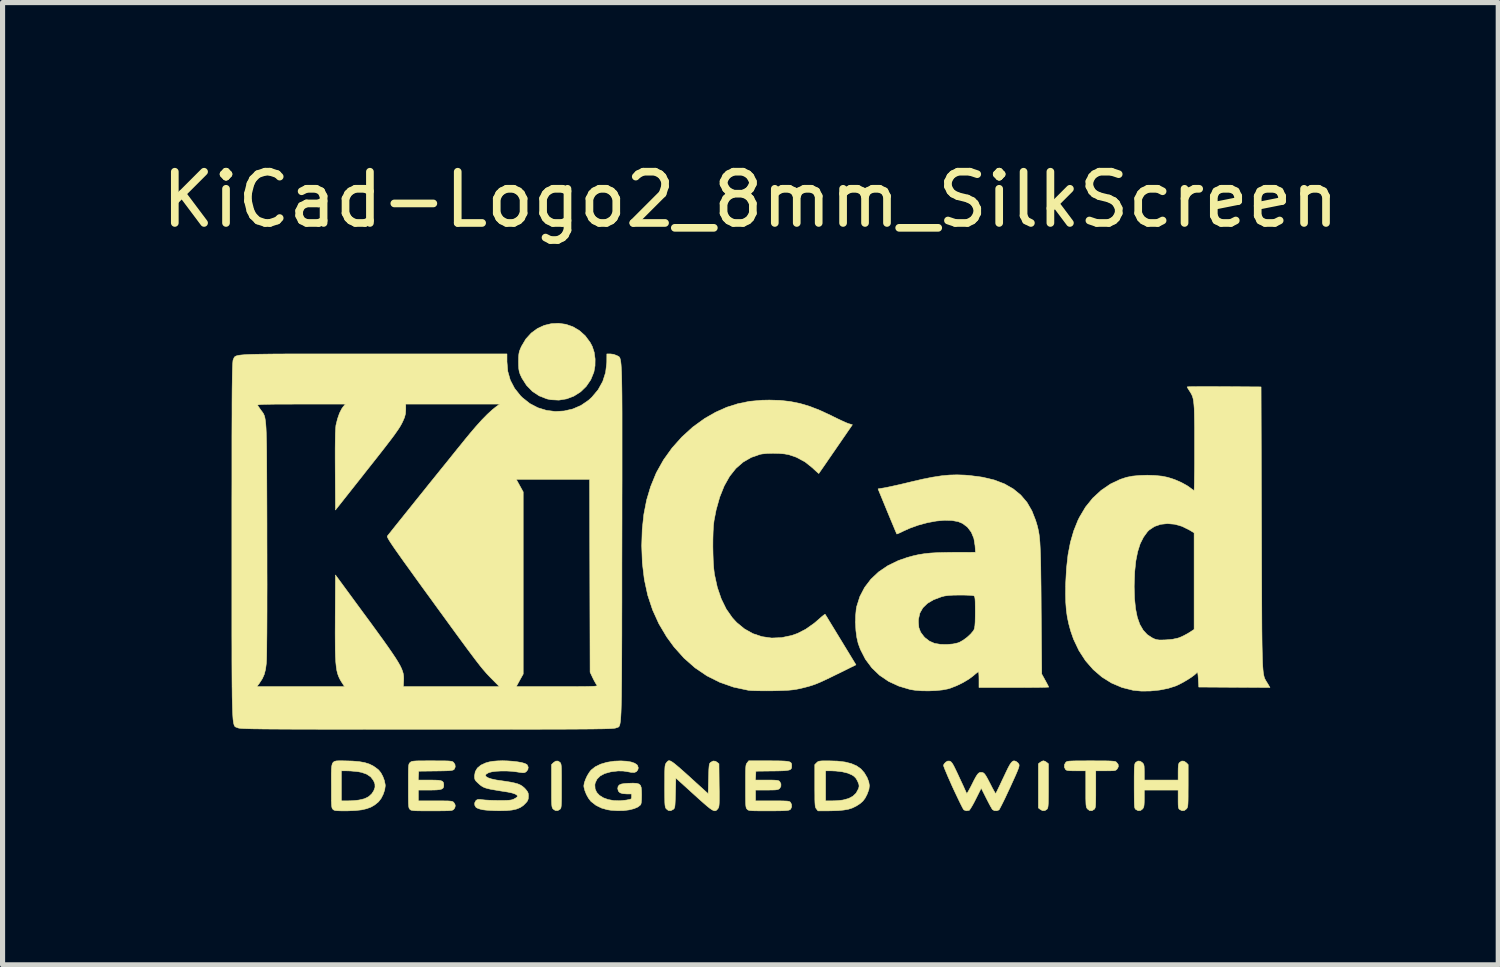
<source format=kicad_pcb>
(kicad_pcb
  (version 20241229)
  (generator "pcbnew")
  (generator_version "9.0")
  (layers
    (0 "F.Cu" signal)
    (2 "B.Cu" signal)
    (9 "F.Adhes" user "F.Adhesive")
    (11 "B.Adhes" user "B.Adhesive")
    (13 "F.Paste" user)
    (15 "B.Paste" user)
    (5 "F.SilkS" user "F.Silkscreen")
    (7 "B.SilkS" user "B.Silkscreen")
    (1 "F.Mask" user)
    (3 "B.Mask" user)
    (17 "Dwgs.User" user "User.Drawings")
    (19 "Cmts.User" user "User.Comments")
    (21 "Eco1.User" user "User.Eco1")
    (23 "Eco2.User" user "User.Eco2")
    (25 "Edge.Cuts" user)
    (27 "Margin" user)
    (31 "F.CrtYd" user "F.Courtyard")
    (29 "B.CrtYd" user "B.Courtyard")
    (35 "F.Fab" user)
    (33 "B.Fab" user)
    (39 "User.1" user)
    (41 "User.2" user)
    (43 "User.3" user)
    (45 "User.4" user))
  (footprint "KiCad-Logo2_8mm_SilkScreen"
    (layer "F.Cu")
    (at 11.601 7.198)
    (property "Reference" "KiCad-Logo2_8mm_SilkScreen" (at 0 -6.35 0) (layer "F.SilkS") (effects (font (size 1 1) (thickness 0.15))))
    (attr board_only exclude_from_pos_files exclude_from_bom allow_missing_courtyard)
    (fp_poly (pts (xy 5.752 4.615) (xy 5.783 4.635) (xy 5.819 4.664) (xy 5.819 5.092) (xy 5.819 5.217) (xy 5.818 5.316) (xy 5.817 5.391) (xy 5.815 5.447) (xy 5.812 5.487) (xy 5.808 5.515) (xy 5.802 5.533) (xy 5.795 5.545) (xy 5.79 5.552) (xy 5.748 5.579) (xy 5.701 5.578) (xy 5.659 5.555) (xy 5.623 5.526) (xy 5.623 4.664) (xy 5.659 4.635) (xy 5.693 4.614) (xy 5.721 4.606) (xy 5.752 4.615)) (stroke (width 0.01) (type solid)) (fill yes) (layer "F.SilkS"))
    (fp_poly (pts (xy -3.718 4.636) (xy -3.709 4.647) (xy -3.702 4.66) (xy -3.697 4.679) (xy -3.693 4.708) (xy -3.69 4.751) (xy -3.689 4.811) (xy -3.688 4.89) (xy -3.688 4.994) (xy -3.688 5.095) (xy -3.688 5.22) (xy -3.688 5.318) (xy -3.689 5.393) (xy -3.691 5.449) (xy -3.694 5.489) (xy -3.698 5.516) (xy -3.703 5.533) (xy -3.711 5.545) (xy -3.718 5.553) (xy -3.762 5.579) (xy -3.808 5.577) (xy -3.85 5.549) (xy -3.86 5.537) (xy -3.867 5.524) (xy -3.873 5.506) (xy -3.877 5.479) (xy -3.88 5.439) (xy -3.882 5.383) (xy -3.883 5.308) (xy -3.883 5.209) (xy -3.883 5.097) (xy -3.883 4.68) (xy -3.846 4.643) (xy -3.801 4.612) (xy -3.756 4.611) (xy -3.718 4.636)) (stroke (width 0.01) (type solid)) (fill yes) (layer "F.SilkS"))
    (fp_poly (pts (xy -3.602 -3.916) (xy -3.466 -3.869) (xy -3.339 -3.794) (xy -3.226 -3.693) (xy -3.13 -3.564) (xy -3.087 -3.483) (xy -3.05 -3.37) (xy -3.032 -3.239) (xy -3.034 -3.105) (xy -3.056 -2.983) (xy -3.117 -2.834) (xy -3.205 -2.705) (xy -3.315 -2.598) (xy -3.444 -2.516) (xy -3.587 -2.461) (xy -3.739 -2.436) (xy -3.896 -2.444) (xy -3.973 -2.46) (xy -4.124 -2.519) (xy -4.258 -2.608) (xy -4.372 -2.726) (xy -4.463 -2.869) (xy -4.47 -2.885) (xy -4.497 -2.943) (xy -4.513 -2.993) (xy -4.522 -3.045) (xy -4.526 -3.111) (xy -4.527 -3.184) (xy -4.526 -3.271) (xy -4.521 -3.334) (xy -4.511 -3.385) (xy -4.492 -3.436) (xy -4.469 -3.487) (xy -4.384 -3.63) (xy -4.279 -3.745) (xy -4.158 -3.834) (xy -4.026 -3.895) (xy -3.886 -3.929) (xy -3.744 -3.936) (xy -3.602 -3.916)) (stroke (width 0.01) (type solid)) (fill yes) (layer "F.SilkS"))
    (fp_poly (pts (xy 6.783 4.607) (xy 6.887 4.607) (xy 6.969 4.608) (xy 7.03 4.61) (xy 7.074 4.613) (xy 7.105 4.616) (xy 7.126 4.621) (xy 7.139 4.628) (xy 7.146 4.633) (xy 7.18 4.676) (xy 7.184 4.721) (xy 7.163 4.762) (xy 7.149 4.778) (xy 7.134 4.789) (xy 7.113 4.796) (xy 7.079 4.8) (xy 7.027 4.801) (xy 6.952 4.802) (xy 6.937 4.802) (xy 6.743 4.802) (xy 6.743 5.163) (xy 6.743 5.276) (xy 6.742 5.364) (xy 6.741 5.429) (xy 6.739 5.475) (xy 6.735 5.507) (xy 6.729 5.528) (xy 6.722 5.543) (xy 6.713 5.553) (xy 6.669 5.58) (xy 6.623 5.578) (xy 6.582 5.547) (xy 6.579 5.544) (xy 6.569 5.53) (xy 6.561 5.513) (xy 6.556 5.49) (xy 6.552 5.457) (xy 6.55 5.409) (xy 6.548 5.343) (xy 6.548 5.254) (xy 6.548 5.153) (xy 6.548 4.802) (xy 6.362 4.802) (xy 6.282 4.801) (xy 6.227 4.799) (xy 6.191 4.795) (xy 6.168 4.787) (xy 6.153 4.776) (xy 6.152 4.774) (xy 6.13 4.73) (xy 6.132 4.68) (xy 6.157 4.636) (xy 6.167 4.628) (xy 6.179 4.621) (xy 6.198 4.616) (xy 6.226 4.612) (xy 6.267 4.61) (xy 6.324 4.608) (xy 6.4 4.607) (xy 6.499 4.607) (xy 6.624 4.606) (xy 6.651 4.606) (xy 6.783 4.607)) (stroke (width 0.01) (type solid)) (fill yes) (layer "F.SilkS"))
    (fp_poly (pts (xy 8.468 4.614) (xy 8.51 4.643) (xy 8.547 4.68) (xy 8.547 5.092) (xy 8.546 5.214) (xy 8.546 5.31) (xy 8.545 5.384) (xy 8.543 5.438) (xy 8.54 5.476) (xy 8.536 5.503) (xy 8.529 5.521) (xy 8.522 5.535) (xy 8.515 5.544) (xy 8.474 5.576) (xy 8.427 5.58) (xy 8.385 5.56) (xy 8.37 5.548) (xy 8.361 5.532) (xy 8.355 5.507) (xy 8.352 5.466) (xy 8.351 5.405) (xy 8.351 5.357) (xy 8.351 5.178) (xy 7.69 5.178) (xy 7.69 5.341) (xy 7.689 5.416) (xy 7.686 5.467) (xy 7.681 5.501) (xy 7.671 5.526) (xy 7.659 5.544) (xy 7.618 5.576) (xy 7.571 5.58) (xy 7.526 5.557) (xy 7.514 5.545) (xy 7.506 5.529) (xy 7.5 5.504) (xy 7.497 5.465) (xy 7.495 5.406) (xy 7.494 5.324) (xy 7.494 5.305) (xy 7.493 5.15) (xy 7.493 5.023) (xy 7.493 4.919) (xy 7.494 4.838) (xy 7.495 4.775) (xy 7.497 4.728) (xy 7.501 4.695) (xy 7.505 4.671) (xy 7.51 4.656) (xy 7.517 4.645) (xy 7.525 4.636) (xy 7.567 4.61) (xy 7.611 4.614) (xy 7.653 4.643) (xy 7.67 4.662) (xy 7.681 4.684) (xy 7.687 4.714) (xy 7.689 4.76) (xy 7.69 4.828) (xy 7.69 4.982) (xy 8.351 4.982) (xy 8.351 4.824) (xy 8.352 4.752) (xy 8.355 4.703) (xy 8.36 4.671) (xy 8.37 4.649) (xy 8.381 4.636) (xy 8.424 4.61) (xy 8.468 4.614)) (stroke (width 0.01) (type solid)) (fill yes) (layer "F.SilkS"))
    (fp_poly (pts (xy 1.531 4.607) (xy 1.703 4.612) (xy 1.849 4.63) (xy 1.971 4.661) (xy 2.073 4.705) (xy 2.157 4.764) (xy 2.224 4.84) (xy 2.278 4.932) (xy 2.279 4.934) (xy 2.311 5.017) (xy 2.323 5.09) (xy 2.314 5.164) (xy 2.283 5.248) (xy 2.278 5.261) (xy 2.239 5.336) (xy 2.195 5.394) (xy 2.139 5.443) (xy 2.062 5.492) (xy 2.057 5.494) (xy 1.99 5.527) (xy 1.915 5.551) (xy 1.825 5.567) (xy 1.718 5.578) (xy 1.586 5.582) (xy 1.54 5.583) (xy 1.319 5.583) (xy 1.288 5.544) (xy 1.279 5.531) (xy 1.272 5.516) (xy 1.266 5.494) (xy 1.263 5.464) (xy 1.26 5.42) (xy 1.259 5.388) (xy 1.468 5.388) (xy 1.593 5.388) (xy 1.666 5.386) (xy 1.741 5.38) (xy 1.802 5.372) (xy 1.806 5.372) (xy 1.916 5.342) (xy 2 5.298) (xy 2.064 5.237) (xy 2.107 5.157) (xy 2.115 5.136) (xy 2.122 5.103) (xy 2.119 5.071) (xy 2.103 5.028) (xy 2.094 5.006) (xy 2.063 4.95) (xy 2.025 4.91) (xy 1.984 4.883) (xy 1.902 4.847) (xy 1.796 4.821) (xy 1.673 4.806) (xy 1.584 4.802) (xy 1.468 4.802) (xy 1.468 5.388) (xy 1.259 5.388) (xy 1.258 5.36) (xy 1.258 5.279) (xy 1.257 5.174) (xy 1.257 5.092) (xy 1.257 4.68) (xy 1.294 4.643) (xy 1.31 4.628) (xy 1.328 4.618) (xy 1.353 4.612) (xy 1.39 4.608) (xy 1.446 4.607) (xy 1.526 4.607) (xy 1.531 4.607)) (stroke (width 0.01) (type solid)) (fill yes) (layer "F.SilkS"))
    (fp_poly (pts (xy -7.975 4.606) (xy -7.922 4.607) (xy -7.768 4.611) (xy -7.639 4.622) (xy -7.531 4.641) (xy -7.439 4.67) (xy -7.358 4.711) (xy -7.286 4.763) (xy -7.259 4.785) (xy -7.216 4.838) (xy -7.177 4.91) (xy -7.147 4.99) (xy -7.131 5.067) (xy -7.129 5.095) (xy -7.14 5.173) (xy -7.169 5.259) (xy -7.21 5.34) (xy -7.259 5.404) (xy -7.267 5.412) (xy -7.335 5.467) (xy -7.409 5.51) (xy -7.493 5.541) (xy -7.593 5.564) (xy -7.712 5.577) (xy -7.854 5.583) (xy -7.919 5.583) (xy -8.002 5.583) (xy -8.06 5.581) (xy -8.099 5.578) (xy -8.125 5.571) (xy -8.142 5.562) (xy -8.151 5.553) (xy -8.16 5.543) (xy -8.167 5.53) (xy -8.172 5.511) (xy -8.176 5.481) (xy -8.179 5.439) (xy -8.18 5.379) (xy -8.181 5.299) (xy -8.181 5.196) (xy -8.181 5.095) (xy -8.182 4.961) (xy -8.182 4.853) (xy -8.18 4.802) (xy -7.986 4.802) (xy -7.986 5.388) (xy -7.862 5.388) (xy -7.787 5.386) (xy -7.709 5.38) (xy -7.644 5.372) (xy -7.642 5.372) (xy -7.537 5.347) (xy -7.455 5.307) (xy -7.393 5.251) (xy -7.353 5.189) (xy -7.329 5.122) (xy -7.331 5.058) (xy -7.359 4.99) (xy -7.414 4.919) (xy -7.491 4.867) (xy -7.59 4.832) (xy -7.657 4.819) (xy -7.732 4.811) (xy -7.812 4.804) (xy -7.881 4.802) (xy -7.885 4.802) (xy -7.986 4.802) (xy -8.18 4.802) (xy -8.18 4.77) (xy -8.174 4.708) (xy -8.163 4.663) (xy -8.145 4.634) (xy -8.119 4.617) (xy -8.083 4.608) (xy -8.036 4.606) (xy -7.975 4.606)) (stroke (width 0.01) (type solid)) (fill yes) (layer "F.SilkS"))
    (fp_poly (pts (xy -1.556 4.612) (xy -1.524 4.631) (xy -1.483 4.661) (xy -1.431 4.704) (xy -1.364 4.762) (xy -1.281 4.835) (xy -1.18 4.926) (xy -1.065 5.031) (xy -0.824 5.249) (xy -0.817 4.957) (xy -0.814 4.856) (xy -0.812 4.781) (xy -0.808 4.727) (xy -0.804 4.691) (xy -0.799 4.667) (xy -0.79 4.651) (xy -0.78 4.64) (xy -0.774 4.635) (xy -0.728 4.61) (xy -0.684 4.614) (xy -0.649 4.635) (xy -0.614 4.664) (xy -0.61 5.083) (xy -0.608 5.206) (xy -0.608 5.303) (xy -0.608 5.377) (xy -0.609 5.432) (xy -0.612 5.471) (xy -0.616 5.499) (xy -0.621 5.518) (xy -0.629 5.532) (xy -0.637 5.543) (xy -0.655 5.564) (xy -0.673 5.578) (xy -0.693 5.583) (xy -0.718 5.578) (xy -0.751 5.562) (xy -0.793 5.533) (xy -0.848 5.489) (xy -0.917 5.429) (xy -1.004 5.352) (xy -1.102 5.263) (xy -1.456 4.942) (xy -1.463 5.234) (xy -1.466 5.335) (xy -1.469 5.41) (xy -1.472 5.463) (xy -1.476 5.5) (xy -1.482 5.523) (xy -1.49 5.539) (xy -1.501 5.55) (xy -1.506 5.555) (xy -1.555 5.58) (xy -1.602 5.576) (xy -1.642 5.544) (xy -1.652 5.531) (xy -1.659 5.515) (xy -1.664 5.494) (xy -1.668 5.464) (xy -1.671 5.42) (xy -1.672 5.359) (xy -1.673 5.278) (xy -1.674 5.173) (xy -1.674 5.095) (xy -1.673 4.973) (xy -1.673 4.878) (xy -1.672 4.805) (xy -1.67 4.751) (xy -1.667 4.713) (xy -1.662 4.686) (xy -1.656 4.668) (xy -1.648 4.654) (xy -1.642 4.646) (xy -1.627 4.627) (xy -1.613 4.613) (xy -1.598 4.605) (xy -1.58 4.604) (xy -1.556 4.612)) (stroke (width 0.01) (type solid)) (fill yes) (layer "F.SilkS"))
    (fp_poly (pts (xy -2.421 4.614) (xy -2.33 4.629) (xy -2.26 4.653) (xy -2.214 4.684) (xy -2.202 4.702) (xy -2.189 4.744) (xy -2.198 4.781) (xy -2.225 4.817) (xy -2.266 4.834) (xy -2.327 4.832) (xy -2.374 4.823) (xy -2.478 4.806) (xy -2.584 4.804) (xy -2.703 4.818) (xy -2.736 4.824) (xy -2.846 4.855) (xy -2.933 4.902) (xy -2.994 4.963) (xy -3.03 5.037) (xy -3.037 5.075) (xy -3.032 5.154) (xy -3.001 5.223) (xy -2.947 5.281) (xy -2.872 5.328) (xy -2.779 5.362) (xy -2.671 5.382) (xy -2.551 5.386) (xy -2.422 5.373) (xy -2.415 5.371) (xy -2.364 5.362) (xy -2.335 5.353) (xy -2.323 5.339) (xy -2.32 5.316) (xy -2.32 5.304) (xy -2.32 5.253) (xy -2.411 5.253) (xy -2.492 5.247) (xy -2.546 5.23) (xy -2.578 5.198) (xy -2.59 5.152) (xy -2.59 5.146) (xy -2.583 5.106) (xy -2.56 5.078) (xy -2.517 5.059) (xy -2.45 5.049) (xy -2.385 5.045) (xy -2.291 5.042) (xy -2.223 5.046) (xy -2.176 5.059) (xy -2.147 5.085) (xy -2.132 5.127) (xy -2.126 5.191) (xy -2.124 5.273) (xy -2.126 5.366) (xy -2.132 5.429) (xy -2.141 5.462) (xy -2.143 5.465) (xy -2.195 5.507) (xy -2.271 5.54) (xy -2.366 5.564) (xy -2.476 5.578) (xy -2.596 5.58) (xy -2.72 5.572) (xy -2.793 5.561) (xy -2.908 5.528) (xy -3.015 5.475) (xy -3.104 5.406) (xy -3.118 5.393) (xy -3.162 5.335) (xy -3.202 5.263) (xy -3.232 5.188) (xy -3.25 5.119) (xy -3.252 5.093) (xy -3.243 5.038) (xy -3.219 4.97) (xy -3.186 4.898) (xy -3.146 4.833) (xy -3.112 4.789) (xy -3.031 4.724) (xy -2.926 4.672) (xy -2.801 4.635) (xy -2.66 4.613) (xy -2.53 4.608) (xy -2.421 4.614)) (stroke (width 0.01) (type solid)) (fill yes) (layer "F.SilkS"))
    (fp_poly (pts (xy 0.482 4.607) (xy 0.583 4.608) (xy 0.661 4.611) (xy 0.719 4.616) (xy 0.758 4.624) (xy 0.784 4.636) (xy 0.798 4.652) (xy 0.805 4.673) (xy 0.806 4.699) (xy 0.806 4.703) (xy 0.805 4.733) (xy 0.799 4.756) (xy 0.784 4.774) (xy 0.757 4.786) (xy 0.715 4.794) (xy 0.655 4.8) (xy 0.572 4.803) (xy 0.463 4.805) (xy 0.43 4.805) (xy 0.107 4.809) (xy 0.103 4.896) (xy 0.098 4.982) (xy 0.322 4.982) (xy 0.41 4.982) (xy 0.472 4.984) (xy 0.515 4.987) (xy 0.542 4.992) (xy 0.56 5) (xy 0.573 5.012) (xy 0.573 5.012) (xy 0.596 5.056) (xy 0.595 5.105) (xy 0.571 5.146) (xy 0.566 5.15) (xy 0.549 5.161) (xy 0.525 5.169) (xy 0.49 5.174) (xy 0.438 5.176) (xy 0.364 5.177) (xy 0.316 5.178) (xy 0.1 5.178) (xy 0.1 5.388) (xy 0.428 5.388) (xy 0.537 5.388) (xy 0.619 5.389) (xy 0.679 5.391) (xy 0.721 5.393) (xy 0.749 5.398) (xy 0.767 5.404) (xy 0.778 5.412) (xy 0.781 5.415) (xy 0.803 5.457) (xy 0.805 5.505) (xy 0.787 5.547) (xy 0.773 5.56) (xy 0.758 5.567) (xy 0.736 5.573) (xy 0.702 5.577) (xy 0.653 5.58) (xy 0.585 5.582) (xy 0.495 5.583) (xy 0.379 5.583) (xy 0.353 5.583) (xy 0.235 5.583) (xy 0.143 5.583) (xy 0.075 5.582) (xy 0.025 5.58) (xy -0.01 5.577) (xy -0.033 5.572) (xy -0.048 5.565) (xy -0.059 5.557) (xy -0.065 5.55) (xy -0.074 5.539) (xy -0.081 5.526) (xy -0.086 5.506) (xy -0.09 5.477) (xy -0.093 5.434) (xy -0.094 5.374) (xy -0.095 5.294) (xy -0.095 5.189) (xy -0.095 5.102) (xy -0.095 4.979) (xy -0.095 4.882) (xy -0.094 4.808) (xy -0.092 4.754) (xy -0.089 4.715) (xy -0.085 4.688) (xy -0.079 4.669) (xy -0.071 4.655) (xy -0.064 4.646) (xy -0.033 4.606) (xy 0.353 4.606) (xy 0.482 4.607)) (stroke (width 0.01) (type solid)) (fill yes) (layer "F.SilkS"))
    (fp_poly (pts (xy -6.099 4.607) (xy -6.007 4.607) (xy -5.937 4.608) (xy -5.886 4.61) (xy -5.851 4.614) (xy -5.827 4.618) (xy -5.811 4.625) (xy -5.799 4.633) (xy -5.795 4.637) (xy -5.768 4.678) (xy -5.763 4.726) (xy -5.781 4.768) (xy -5.789 4.777) (xy -5.802 4.785) (xy -5.823 4.791) (xy -5.855 4.796) (xy -5.903 4.8) (xy -5.971 4.802) (xy -6.062 4.804) (xy -6.146 4.805) (xy -6.476 4.809) (xy -6.485 4.982) (xy -6.261 4.982) (xy -6.164 4.983) (xy -6.092 4.986) (xy -6.043 4.994) (xy -6.012 5.007) (xy -5.995 5.028) (xy -5.988 5.057) (xy -5.987 5.084) (xy -5.99 5.117) (xy -6.003 5.141) (xy -6.028 5.158) (xy -6.071 5.169) (xy -6.133 5.175) (xy -6.221 5.177) (xy -6.268 5.178) (xy -6.483 5.178) (xy -6.483 5.388) (xy -6.152 5.388) (xy -6.044 5.388) (xy -5.962 5.389) (xy -5.901 5.39) (xy -5.859 5.393) (xy -5.83 5.397) (xy -5.811 5.404) (xy -5.798 5.412) (xy -5.792 5.418) (xy -5.769 5.454) (xy -5.762 5.486) (xy -5.772 5.525) (xy -5.792 5.553) (xy -5.802 5.562) (xy -5.816 5.569) (xy -5.836 5.575) (xy -5.866 5.578) (xy -5.911 5.581) (xy -5.973 5.582) (xy -6.056 5.583) (xy -6.164 5.583) (xy -6.22 5.583) (xy -6.34 5.583) (xy -6.434 5.583) (xy -6.505 5.582) (xy -6.556 5.58) (xy -6.592 5.576) (xy -6.617 5.572) (xy -6.633 5.566) (xy -6.644 5.558) (xy -6.648 5.553) (xy -6.657 5.543) (xy -6.664 5.53) (xy -6.669 5.511) (xy -6.673 5.481) (xy -6.676 5.438) (xy -6.677 5.379) (xy -6.678 5.298) (xy -6.678 5.194) (xy -6.678 5.097) (xy -6.678 4.973) (xy -6.678 4.876) (xy -6.677 4.801) (xy -6.676 4.746) (xy -6.673 4.707) (xy -6.669 4.681) (xy -6.663 4.663) (xy -6.656 4.651) (xy -6.646 4.641) (xy -6.644 4.639) (xy -6.632 4.629) (xy -6.619 4.622) (xy -6.6 4.616) (xy -6.571 4.612) (xy -6.53 4.609) (xy -6.472 4.607) (xy -6.394 4.607) (xy -6.291 4.606) (xy -6.218 4.606) (xy -6.099 4.607)) (stroke (width 0.01) (type solid)) (fill yes) (layer "F.SilkS"))
    (fp_poly (pts (xy 5.161 4.609) (xy 5.187 4.618) (xy 5.188 4.619) (xy 5.223 4.646) (xy 5.243 4.674) (xy 5.246 4.687) (xy 5.246 4.704) (xy 5.241 4.729) (xy 5.229 4.764) (xy 5.21 4.812) (xy 5.182 4.878) (xy 5.144 4.962) (xy 5.095 5.07) (xy 5.068 5.129) (xy 5.019 5.233) (xy 4.974 5.33) (xy 4.933 5.414) (xy 4.898 5.483) (xy 4.872 5.533) (xy 4.856 5.561) (xy 4.852 5.565) (xy 4.811 5.581) (xy 4.764 5.579) (xy 4.727 5.559) (xy 4.725 5.557) (xy 4.711 5.534) (xy 4.686 5.491) (xy 4.654 5.431) (xy 4.618 5.361) (xy 4.605 5.336) (xy 4.507 5.14) (xy 4.401 5.352) (xy 4.363 5.426) (xy 4.328 5.489) (xy 4.298 5.538) (xy 4.277 5.568) (xy 4.27 5.574) (xy 4.215 5.582) (xy 4.169 5.565) (xy 4.155 5.546) (xy 4.132 5.503) (xy 4.101 5.442) (xy 4.064 5.366) (xy 4.022 5.278) (xy 3.978 5.185) (xy 3.934 5.089) (xy 3.892 4.994) (xy 3.853 4.906) (xy 3.82 4.827) (xy 3.793 4.763) (xy 3.776 4.717) (xy 3.77 4.693) (xy 3.77 4.692) (xy 3.785 4.663) (xy 3.814 4.633) (xy 3.816 4.631) (xy 3.852 4.611) (xy 3.885 4.611) (xy 3.898 4.615) (xy 3.913 4.623) (xy 3.929 4.64) (xy 3.949 4.667) (xy 3.973 4.71) (xy 4.003 4.771) (xy 4.043 4.854) (xy 4.078 4.93) (xy 4.119 5.018) (xy 4.156 5.097) (xy 4.186 5.164) (xy 4.209 5.213) (xy 4.221 5.241) (xy 4.223 5.245) (xy 4.231 5.238) (xy 4.25 5.208) (xy 4.277 5.16) (xy 4.31 5.098) (xy 4.323 5.072) (xy 4.366 4.986) (xy 4.4 4.923) (xy 4.427 4.88) (xy 4.449 4.853) (xy 4.469 4.838) (xy 4.491 4.832) (xy 4.505 4.832) (xy 4.529 4.834) (xy 4.551 4.843) (xy 4.573 4.863) (xy 4.597 4.897) (xy 4.627 4.949) (xy 4.665 5.022) (xy 4.687 5.064) (xy 4.721 5.131) (xy 4.751 5.186) (xy 4.774 5.226) (xy 4.787 5.244) (xy 4.789 5.245) (xy 4.798 5.23) (xy 4.817 5.193) (xy 4.845 5.135) (xy 4.88 5.062) (xy 4.919 4.978) (xy 4.939 4.937) (xy 4.99 4.829) (xy 5.03 4.746) (xy 5.063 4.685) (xy 5.091 4.644) (xy 5.115 4.619) (xy 5.137 4.608) (xy 5.161 4.609)) (stroke (width 0.01) (type solid)) (fill yes) (layer "F.SilkS"))
    (fp_poly (pts (xy -4.74 4.608) (xy -4.64 4.615) (xy -4.548 4.626) (xy -4.467 4.64) (xy -4.405 4.658) (xy -4.365 4.678) (xy -4.359 4.684) (xy -4.338 4.73) (xy -4.345 4.777) (xy -4.377 4.818) (xy -4.379 4.819) (xy -4.398 4.831) (xy -4.418 4.838) (xy -4.446 4.839) (xy -4.489 4.834) (xy -4.554 4.824) (xy -4.559 4.823) (xy -4.656 4.811) (xy -4.761 4.805) (xy -4.865 4.805) (xy -4.963 4.81) (xy -5.047 4.821) (xy -5.108 4.837) (xy -5.112 4.839) (xy -5.157 4.864) (xy -5.173 4.889) (xy -5.161 4.914) (xy -5.121 4.938) (xy -5.056 4.96) (xy -4.965 4.98) (xy -4.905 4.989) (xy -4.78 5.007) (xy -4.68 5.023) (xy -4.601 5.04) (xy -4.54 5.057) (xy -4.492 5.078) (xy -4.453 5.102) (xy -4.417 5.132) (xy -4.389 5.161) (xy -4.356 5.203) (xy -4.339 5.238) (xy -4.334 5.281) (xy -4.334 5.297) (xy -4.338 5.35) (xy -4.353 5.39) (xy -4.38 5.424) (xy -4.434 5.478) (xy -4.495 5.519) (xy -4.567 5.548) (xy -4.653 5.567) (xy -4.76 5.578) (xy -4.891 5.581) (xy -4.912 5.581) (xy -5 5.579) (xy -5.086 5.575) (xy -5.163 5.569) (xy -5.22 5.562) (xy -5.224 5.562) (xy -5.281 5.548) (xy -5.329 5.531) (xy -5.356 5.516) (xy -5.381 5.475) (xy -5.383 5.428) (xy -5.361 5.385) (xy -5.356 5.381) (xy -5.336 5.366) (xy -5.311 5.36) (xy -5.272 5.361) (xy -5.224 5.367) (xy -5.172 5.372) (xy -5.098 5.376) (xy -5.011 5.379) (xy -4.921 5.38) (xy -4.897 5.38) (xy -4.807 5.38) (xy -4.741 5.378) (xy -4.693 5.374) (xy -4.658 5.368) (xy -4.63 5.358) (xy -4.613 5.35) (xy -4.575 5.328) (xy -4.551 5.308) (xy -4.548 5.302) (xy -4.555 5.279) (xy -4.59 5.256) (xy -4.65 5.235) (xy -4.733 5.217) (xy -4.758 5.213) (xy -4.886 5.193) (xy -4.987 5.176) (xy -5.068 5.162) (xy -5.13 5.148) (xy -5.178 5.134) (xy -5.216 5.118) (xy -5.248 5.099) (xy -5.278 5.077) (xy -5.309 5.049) (xy -5.32 5.039) (xy -5.357 5.003) (xy -5.377 4.974) (xy -5.385 4.941) (xy -5.386 4.899) (xy -5.372 4.818) (xy -5.331 4.748) (xy -5.263 4.691) (xy -5.168 4.647) (xy -5.1 4.628) (xy -5.027 4.615) (xy -4.939 4.608) (xy -4.841 4.605) (xy -4.74 4.608)) (stroke (width 0.01) (type solid)) (fill yes) (layer "F.SilkS"))
    (fp_poly (pts (xy 0.581 -2.431) (xy 0.777 -2.409) (xy 0.967 -2.371) (xy 1.158 -2.314) (xy 1.358 -2.236) (xy 1.576 -2.135) (xy 1.615 -2.115) (xy 1.705 -2.071) (xy 1.79 -2.031) (xy 1.861 -1.999) (xy 1.91 -1.979) (xy 1.918 -1.977) (xy 1.991 -1.955) (xy 1.665 -1.481) (xy 1.585 -1.365) (xy 1.512 -1.259) (xy 1.449 -1.167) (xy 1.397 -1.092) (xy 1.359 -1.038) (xy 1.339 -1.008) (xy 1.335 -1.003) (xy 1.322 -1.013) (xy 1.288 -1.043) (xy 1.24 -1.087) (xy 1.214 -1.112) (xy 1.065 -1.231) (xy 0.897 -1.321) (xy 0.753 -1.37) (xy 0.666 -1.386) (xy 0.558 -1.395) (xy 0.44 -1.398) (xy 0.326 -1.395) (xy 0.229 -1.385) (xy 0.19 -1.378) (xy 0.015 -1.317) (xy -0.143 -1.225) (xy -0.284 -1.102) (xy -0.407 -0.947) (xy -0.512 -0.76) (xy -0.599 -0.543) (xy -0.669 -0.294) (xy -0.71 -0.082) (xy -0.721 0.012) (xy -0.728 0.134) (xy -0.732 0.273) (xy -0.733 0.423) (xy -0.73 0.575) (xy -0.725 0.718) (xy -0.716 0.846) (xy -0.704 0.949) (xy -0.702 0.964) (xy -0.646 1.22) (xy -0.569 1.445) (xy -0.472 1.643) (xy -0.353 1.813) (xy -0.269 1.905) (xy -0.117 2.03) (xy 0.049 2.123) (xy 0.227 2.182) (xy 0.414 2.209) (xy 0.607 2.201) (xy 0.803 2.16) (xy 0.92 2.119) (xy 1.08 2.037) (xy 1.246 1.92) (xy 1.339 1.84) (xy 1.391 1.794) (xy 1.432 1.761) (xy 1.455 1.745) (xy 1.458 1.744) (xy 1.469 1.761) (xy 1.496 1.804) (xy 1.537 1.872) (xy 1.59 1.959) (xy 1.653 2.062) (xy 1.723 2.177) (xy 1.762 2.241) (xy 2.061 2.732) (xy 1.688 2.916) (xy 1.553 2.982) (xy 1.444 3.034) (xy 1.354 3.075) (xy 1.276 3.107) (xy 1.203 3.133) (xy 1.13 3.155) (xy 1.049 3.176) (xy 0.971 3.195) (xy 0.901 3.209) (xy 0.829 3.22) (xy 0.746 3.228) (xy 0.645 3.233) (xy 0.52 3.237) (xy 0.435 3.239) (xy 0.315 3.24) (xy 0.199 3.239) (xy 0.096 3.237) (xy 0.013 3.234) (xy -0.042 3.229) (xy -0.045 3.228) (xy -0.33 3.167) (xy -0.598 3.073) (xy -0.848 2.948) (xy -1.08 2.791) (xy -1.295 2.602) (xy -1.492 2.382) (xy -1.635 2.186) (xy -1.787 1.93) (xy -1.91 1.659) (xy -2.005 1.372) (xy -2.071 1.066) (xy -2.11 0.74) (xy -2.122 0.408) (xy -2.112 0.087) (xy -2.08 -0.209) (xy -2.026 -0.486) (xy -1.948 -0.747) (xy -1.845 -0.999) (xy -1.833 -1.025) (xy -1.697 -1.268) (xy -1.531 -1.5) (xy -1.338 -1.716) (xy -1.125 -1.91) (xy -0.894 -2.077) (xy -0.679 -2.2) (xy -0.462 -2.297) (xy -0.244 -2.366) (xy -0.018 -2.412) (xy 0.226 -2.434) (xy 0.372 -2.437) (xy 0.581 -2.431)) (stroke (width 0.01) (type solid)) (fill yes) (layer "F.SilkS"))
    (fp_poly (pts (xy 9.042 -2.7) (xy 9.196 -2.699) (xy 9.248 -2.699) (xy 9.97 -2.694) (xy 9.979 0.073) (xy 9.98 0.448) (xy 9.981 0.788) (xy 9.982 1.096) (xy 9.983 1.373) (xy 9.984 1.621) (xy 9.985 1.841) (xy 9.986 2.036) (xy 9.988 2.206) (xy 9.99 2.354) (xy 9.993 2.482) (xy 9.996 2.592) (xy 9.999 2.684) (xy 10.003 2.761) (xy 10.008 2.825) (xy 10.013 2.877) (xy 10.02 2.92) (xy 10.027 2.954) (xy 10.035 2.982) (xy 10.044 3.005) (xy 10.055 3.026) (xy 10.066 3.045) (xy 10.079 3.066) (xy 10.093 3.089) (xy 10.096 3.093) (xy 10.144 3.175) (xy 8.754 3.166) (xy 8.745 3.013) (xy 8.74 2.94) (xy 8.735 2.898) (xy 8.728 2.881) (xy 8.717 2.884) (xy 8.709 2.894) (xy 8.67 2.929) (xy 8.608 2.975) (xy 8.531 3.025) (xy 8.447 3.074) (xy 8.365 3.117) (xy 8.302 3.145) (xy 8.155 3.192) (xy 7.986 3.225) (xy 7.808 3.243) (xy 7.633 3.245) (xy 7.474 3.229) (xy 7.472 3.229) (xy 7.254 3.174) (xy 7.05 3.087) (xy 6.863 2.97) (xy 6.693 2.824) (xy 6.542 2.651) (xy 6.414 2.453) (xy 6.309 2.232) (xy 6.252 2.068) (xy 6.215 1.931) (xy 6.187 1.799) (xy 6.168 1.663) (xy 6.157 1.514) (xy 6.153 1.347) (xy 6.155 1.209) (xy 7.493 1.209) (xy 7.5 1.439) (xy 7.52 1.637) (xy 7.554 1.805) (xy 7.603 1.943) (xy 7.668 2.055) (xy 7.748 2.142) (xy 7.842 2.204) (xy 7.89 2.227) (xy 7.932 2.24) (xy 7.979 2.247) (xy 8.042 2.247) (xy 8.11 2.245) (xy 8.243 2.233) (xy 8.349 2.21) (xy 8.382 2.198) (xy 8.458 2.164) (xy 8.538 2.121) (xy 8.572 2.1) (xy 8.663 2.041) (xy 8.663 0.155) (xy 8.563 0.095) (xy 8.424 0.027) (xy 8.282 -0.013) (xy 8.142 -0.025) (xy 8.009 -0.011) (xy 7.889 0.031) (xy 7.787 0.099) (xy 7.754 0.131) (xy 7.675 0.239) (xy 7.61 0.368) (xy 7.561 0.523) (xy 7.525 0.704) (xy 7.503 0.915) (xy 7.494 1.157) (xy 7.493 1.209) (xy 6.155 1.209) (xy 6.155 1.152) (xy 6.171 0.854) (xy 6.201 0.584) (xy 6.248 0.34) (xy 6.312 0.118) (xy 6.394 -0.087) (xy 6.424 -0.148) (xy 6.542 -0.347) (xy 6.684 -0.523) (xy 6.848 -0.674) (xy 7.029 -0.798) (xy 7.225 -0.891) (xy 7.343 -0.929) (xy 7.458 -0.952) (xy 7.597 -0.965) (xy 7.748 -0.97) (xy 7.898 -0.965) (xy 8.038 -0.951) (xy 8.15 -0.928) (xy 8.283 -0.885) (xy 8.412 -0.829) (xy 8.525 -0.767) (xy 8.585 -0.725) (xy 8.627 -0.693) (xy 8.656 -0.674) (xy 8.662 -0.671) (xy 8.664 -0.689) (xy 8.666 -0.739) (xy 8.668 -0.819) (xy 8.669 -0.924) (xy 8.671 -1.051) (xy 8.672 -1.197) (xy 8.672 -1.357) (xy 8.672 -1.521) (xy 8.672 -1.731) (xy 8.672 -1.908) (xy 8.67 -2.055) (xy 8.668 -2.176) (xy 8.665 -2.274) (xy 8.659 -2.353) (xy 8.652 -2.416) (xy 8.643 -2.467) (xy 8.631 -2.508) (xy 8.616 -2.543) (xy 8.598 -2.576) (xy 8.577 -2.61) (xy 8.574 -2.614) (xy 8.546 -2.658) (xy 8.529 -2.688) (xy 8.527 -2.694) (xy 8.545 -2.696) (xy 8.595 -2.698) (xy 8.673 -2.699) (xy 8.776 -2.7) (xy 8.9 -2.7) (xy 9.042 -2.7)) (stroke (width 0.01) (type solid)) (fill yes) (layer "F.SilkS"))
    (fp_poly (pts (xy 4.186 -0.972) (xy 4.276 -0.965) (xy 4.533 -0.931) (xy 4.76 -0.877) (xy 4.96 -0.801) (xy 5.132 -0.703) (xy 5.278 -0.583) (xy 5.4 -0.44) (xy 5.497 -0.272) (xy 5.568 -0.091) (xy 5.586 -0.033) (xy 5.602 0.021) (xy 5.615 0.075) (xy 5.627 0.13) (xy 5.637 0.191) (xy 5.645 0.26) (xy 5.652 0.339) (xy 5.657 0.433) (xy 5.662 0.543) (xy 5.666 0.672) (xy 5.669 0.825) (xy 5.671 1.003) (xy 5.674 1.209) (xy 5.676 1.447) (xy 5.677 1.633) (xy 5.688 2.912) (xy 5.756 3.035) (xy 5.788 3.094) (xy 5.812 3.14) (xy 5.823 3.165) (xy 5.824 3.167) (xy 5.806 3.168) (xy 5.757 3.17) (xy 5.678 3.172) (xy 5.576 3.173) (xy 5.453 3.174) (xy 5.314 3.175) (xy 5.162 3.175) (xy 5.144 3.175) (xy 4.463 3.175) (xy 4.463 3.021) (xy 4.462 2.951) (xy 4.459 2.898) (xy 4.454 2.869) (xy 4.452 2.867) (xy 4.434 2.878) (xy 4.397 2.907) (xy 4.349 2.948) (xy 4.348 2.949) (xy 4.26 3.014) (xy 4.149 3.08) (xy 4.028 3.139) (xy 3.908 3.186) (xy 3.855 3.202) (xy 3.751 3.222) (xy 3.622 3.235) (xy 3.481 3.241) (xy 3.34 3.239) (xy 3.211 3.228) (xy 3.121 3.214) (xy 2.899 3.148) (xy 2.699 3.056) (xy 2.522 2.936) (xy 2.371 2.791) (xy 2.245 2.622) (xy 2.147 2.43) (xy 2.104 2.313) (xy 2.078 2.2) (xy 2.06 2.064) (xy 2.052 1.917) (xy 2.052 1.896) (xy 3.279 1.896) (xy 3.289 2.005) (xy 3.323 2.095) (xy 3.386 2.179) (xy 3.41 2.204) (xy 3.496 2.27) (xy 3.594 2.313) (xy 3.713 2.333) (xy 3.837 2.335) (xy 3.956 2.325) (xy 4.046 2.305) (xy 4.086 2.29) (xy 4.156 2.25) (xy 4.232 2.194) (xy 4.3 2.131) (xy 4.351 2.07) (xy 4.365 2.047) (xy 4.375 2.016) (xy 4.383 1.967) (xy 4.388 1.894) (xy 4.39 1.793) (xy 4.391 1.697) (xy 4.39 1.585) (xy 4.389 1.504) (xy 4.386 1.449) (xy 4.381 1.414) (xy 4.373 1.394) (xy 4.362 1.384) (xy 4.359 1.383) (xy 4.33 1.378) (xy 4.272 1.374) (xy 4.193 1.371) (xy 4.102 1.37) (xy 4.082 1.37) (xy 3.96 1.372) (xy 3.866 1.378) (xy 3.791 1.388) (xy 3.729 1.404) (xy 3.575 1.462) (xy 3.455 1.533) (xy 3.367 1.619) (xy 3.309 1.721) (xy 3.282 1.839) (xy 3.279 1.896) (xy 2.052 1.896) (xy 2.054 1.774) (xy 2.066 1.645) (xy 2.076 1.592) (xy 2.137 1.399) (xy 2.23 1.221) (xy 2.353 1.06) (xy 2.504 0.918) (xy 2.682 0.797) (xy 2.885 0.698) (xy 3.057 0.638) (xy 3.172 0.606) (xy 3.282 0.581) (xy 3.395 0.563) (xy 3.516 0.55) (xy 3.654 0.542) (xy 3.816 0.538) (xy 3.962 0.536) (xy 4.395 0.535) (xy 4.386 0.405) (xy 4.363 0.264) (xy 4.313 0.143) (xy 4.238 0.044) (xy 4.141 -0.029) (xy 4.056 -0.064) (xy 3.934 -0.086) (xy 3.789 -0.09) (xy 3.627 -0.075) (xy 3.455 -0.043) (xy 3.281 0.004) (xy 3.111 0.065) (xy 2.987 0.121) (xy 2.928 0.15) (xy 2.882 0.17) (xy 2.859 0.178) (xy 2.858 0.178) (xy 2.85 0.16) (xy 2.83 0.114) (xy 2.8 0.042) (xy 2.762 -0.049) (xy 2.717 -0.156) (xy 2.672 -0.265) (xy 2.492 -0.703) (xy 2.62 -0.724) (xy 2.676 -0.735) (xy 2.76 -0.753) (xy 2.864 -0.776) (xy 2.982 -0.803) (xy 3.107 -0.833) (xy 3.157 -0.845) (xy 3.372 -0.895) (xy 3.56 -0.932) (xy 3.728 -0.958) (xy 3.884 -0.973) (xy 4.034 -0.977) (xy 4.186 -0.972)) (stroke (width 0.01) (type solid)) (fill yes) (layer "F.SilkS"))
    (fp_poly (pts (xy -7.87 -3.338) (xy -7.521 -3.338) (xy -7.358 -3.338) (xy -4.753 -3.338) (xy -4.753 -3.185) (xy -4.737 -2.998) (xy -4.688 -2.826) (xy -4.605 -2.667) (xy -4.488 -2.52) (xy -4.448 -2.481) (xy -4.306 -2.369) (xy -4.149 -2.287) (xy -3.982 -2.236) (xy -3.81 -2.214) (xy -3.637 -2.224) (xy -3.468 -2.263) (xy -3.308 -2.332) (xy -3.162 -2.432) (xy -3.096 -2.492) (xy -2.973 -2.639) (xy -2.883 -2.801) (xy -2.827 -2.976) (xy -2.805 -3.161) (xy -2.804 -3.18) (xy -2.803 -3.338) (xy -2.733 -3.338) (xy -2.671 -3.33) (xy -2.615 -3.309) (xy -2.611 -3.307) (xy -2.598 -3.301) (xy -2.587 -3.296) (xy -2.576 -3.29) (xy -2.566 -3.284) (xy -2.557 -3.274) (xy -2.549 -3.26) (xy -2.542 -3.239) (xy -2.536 -3.211) (xy -2.53 -3.174) (xy -2.525 -3.127) (xy -2.521 -3.067) (xy -2.517 -2.994) (xy -2.514 -2.906) (xy -2.512 -2.801) (xy -2.51 -2.678) (xy -2.508 -2.535) (xy -2.507 -2.372) (xy -2.506 -2.186) (xy -2.506 -1.976) (xy -2.506 -1.74) (xy -2.506 -1.477) (xy -2.506 -1.185) (xy -2.506 -0.864) (xy -2.507 -0.511) (xy -2.507 -0.124) (xy -2.508 0.297) (xy -2.508 0.348) (xy -2.509 0.771) (xy -2.509 1.16) (xy -2.509 1.516) (xy -2.51 1.839) (xy -2.51 2.133) (xy -2.511 2.398) (xy -2.512 2.635) (xy -2.513 2.847) (xy -2.514 3.034) (xy -2.516 3.199) (xy -2.517 3.342) (xy -2.52 3.466) (xy -2.523 3.571) (xy -2.526 3.66) (xy -2.53 3.733) (xy -2.534 3.793) (xy -2.539 3.84) (xy -2.545 3.877) (xy -2.551 3.904) (xy -2.558 3.924) (xy -2.566 3.937) (xy -2.575 3.946) (xy -2.585 3.951) (xy -2.596 3.955) (xy -2.608 3.958) (xy -2.621 3.963) (xy -2.624 3.964) (xy -2.634 3.967) (xy -2.651 3.97) (xy -2.676 3.973) (xy -2.71 3.976) (xy -2.756 3.978) (xy -2.814 3.98) (xy -2.886 3.982) (xy -2.973 3.983) (xy -3.078 3.985) (xy -3.201 3.986) (xy -3.343 3.987) (xy -3.507 3.988) (xy -3.694 3.989) (xy -3.905 3.989) (xy -4.141 3.99) (xy -4.405 3.99) (xy -4.697 3.991) (xy -5.019 3.991) (xy -5.373 3.991) (xy -5.759 3.991) (xy -6.18 3.991) (xy -6.316 3.991) (xy -6.747 3.991) (xy -7.142 3.991) (xy -7.504 3.991) (xy -7.835 3.99) (xy -8.134 3.99) (xy -8.405 3.99) (xy -8.649 3.989) (xy -8.866 3.989) (xy -9.059 3.988) (xy -9.229 3.987) (xy -9.378 3.986) (xy -9.506 3.985) (xy -9.616 3.983) (xy -9.709 3.982) (xy -9.786 3.98) (xy -9.848 3.978) (xy -9.899 3.976) (xy -9.937 3.974) (xy -9.967 3.971) (xy -9.987 3.968) (xy -10.001 3.965) (xy -10.009 3.962) (xy -10.023 3.956) (xy -10.035 3.952) (xy -10.046 3.948) (xy -10.057 3.942) (xy -10.066 3.934) (xy -10.075 3.92) (xy -10.082 3.901) (xy -10.089 3.874) (xy -10.095 3.839) (xy -10.101 3.793) (xy -10.105 3.734) (xy -10.109 3.663) (xy -10.112 3.576) (xy -10.115 3.473) (xy -10.118 3.352) (xy -10.119 3.211) (xy -10.12 3.157) (xy -9.636 3.157) (xy -7.924 3.157) (xy -7.957 3.107) (xy -7.99 3.056) (xy -8.018 3.007) (xy -8.041 2.957) (xy -8.06 2.903) (xy -8.075 2.841) (xy -8.086 2.768) (xy -8.095 2.68) (xy -8.101 2.574) (xy -8.105 2.447) (xy -8.106 2.294) (xy -8.107 2.114) (xy -8.106 1.902) (xy -8.106 1.823) (xy -8.101 0.978) (xy -7.566 1.707) (xy -7.414 1.913) (xy -7.283 2.093) (xy -7.17 2.249) (xy -7.075 2.383) (xy -6.996 2.497) (xy -6.931 2.594) (xy -6.88 2.676) (xy -6.84 2.746) (xy -6.811 2.806) (xy -6.791 2.858) (xy -6.778 2.905) (xy -6.771 2.949) (xy -6.769 2.992) (xy -6.77 3.038) (xy -6.77 3.043) (xy -6.776 3.157) (xy -4.901 3.157) (xy -5.04 3.016) (xy -5.078 2.978) (xy -5.114 2.94) (xy -5.15 2.902) (xy -5.186 2.86) (xy -5.226 2.814) (xy -5.27 2.76) (xy -5.32 2.696) (xy -5.377 2.622) (xy -5.443 2.534) (xy -5.521 2.43) (xy -5.61 2.309) (xy -5.713 2.169) (xy -5.832 2.006) (xy -5.967 1.82) (xy -6.121 1.609) (xy -6.247 1.435) (xy -6.406 1.217) (xy -6.544 1.026) (xy -6.663 0.86) (xy -6.765 0.719) (xy -6.85 0.599) (xy -6.92 0.5) (xy -6.976 0.419) (xy -7.019 0.355) (xy -7.051 0.305) (xy -7.072 0.269) (xy -7.085 0.243) (xy -7.09 0.227) (xy -7.088 0.218) (xy -7.071 0.196) (xy -7.032 0.148) (xy -6.976 0.077) (xy -6.904 -0.013) (xy -6.818 -0.12) (xy -6.721 -0.241) (xy -6.615 -0.373) (xy -6.502 -0.514) (xy -6.385 -0.659) (xy -6.266 -0.808) (xy -6.2 -0.889) (xy -4.571 -0.889) (xy -4.504 -0.767) (xy -4.436 -0.644) (xy -4.436 2.912) (xy -4.504 3.034) (xy -4.571 3.157) (xy -3.771 3.157) (xy -3.579 3.157) (xy -3.422 3.157) (xy -3.294 3.156) (xy -3.193 3.155) (xy -3.117 3.153) (xy -3.062 3.151) (xy -3.025 3.148) (xy -3.004 3.144) (xy -2.994 3.139) (xy -2.993 3.132) (xy -2.999 3.125) (xy -2.999 3.125) (xy -3.022 3.092) (xy -3.052 3.038) (xy -3.079 2.984) (xy -3.13 2.876) (xy -3.135 0.993) (xy -3.14 -0.889) (xy -4.571 -0.889) (xy -6.2 -0.889) (xy -6.147 -0.955) (xy -6.03 -1.1) (xy -5.918 -1.238) (xy -5.814 -1.368) (xy -5.719 -1.486) (xy -5.635 -1.589) (xy -5.566 -1.675) (xy -5.512 -1.74) (xy -5.481 -1.778) (xy -5.36 -1.92) (xy -5.244 -2.049) (xy -5.136 -2.159) (xy -5.04 -2.247) (xy -4.973 -2.301) (xy -4.893 -2.359) (xy -6.729 -2.359) (xy -6.729 -2.251) (xy -6.734 -2.172) (xy -6.753 -2.098) (xy -6.783 -2.029) (xy -6.802 -1.989) (xy -6.823 -1.95) (xy -6.847 -1.909) (xy -6.877 -1.863) (xy -6.914 -1.81) (xy -6.959 -1.746) (xy -7.016 -1.67) (xy -7.086 -1.579) (xy -7.17 -1.47) (xy -7.271 -1.341) (xy -7.391 -1.189) (xy -7.532 -1.011) (xy -7.547 -0.991) (xy -8.101 -0.291) (xy -8.106 -1.066) (xy -8.107 -1.299) (xy -8.107 -1.495) (xy -8.105 -1.657) (xy -8.103 -1.784) (xy -8.098 -1.878) (xy -8.093 -1.938) (xy -8.091 -1.95) (xy -8.061 -2.071) (xy -8.023 -2.18) (xy -7.979 -2.267) (xy -7.953 -2.304) (xy -7.907 -2.359) (xy -8.772 -2.359) (xy -8.978 -2.358) (xy -9.15 -2.358) (xy -9.291 -2.357) (xy -9.404 -2.355) (xy -9.49 -2.353) (xy -9.553 -2.35) (xy -9.594 -2.347) (xy -9.616 -2.342) (xy -9.623 -2.337) (xy -9.622 -2.336) (xy -9.604 -2.308) (xy -9.573 -2.264) (xy -9.558 -2.242) (xy -9.541 -2.22) (xy -9.526 -2.2) (xy -9.513 -2.181) (xy -9.502 -2.16) (xy -9.491 -2.135) (xy -9.482 -2.106) (xy -9.475 -2.068) (xy -9.468 -2.022) (xy -9.462 -1.964) (xy -9.457 -1.893) (xy -9.453 -1.806) (xy -9.45 -1.703) (xy -9.447 -1.58) (xy -9.445 -1.436) (xy -9.444 -1.27) (xy -9.443 -1.078) (xy -9.442 -0.86) (xy -9.441 -0.613) (xy -9.44 -0.335) (xy -9.439 -0.024) (xy -9.439 0.261) (xy -9.438 0.579) (xy -9.438 0.883) (xy -9.437 1.17) (xy -9.438 1.439) (xy -9.438 1.687) (xy -9.439 1.913) (xy -9.44 2.114) (xy -9.442 2.289) (xy -9.443 2.436) (xy -9.445 2.553) (xy -9.447 2.638) (xy -9.45 2.689) (xy -9.45 2.694) (xy -9.466 2.818) (xy -9.491 2.917) (xy -9.529 3.003) (xy -9.585 3.089) (xy -9.591 3.098) (xy -9.636 3.157) (xy -10.12 3.157) (xy -10.121 3.049) (xy -10.122 2.865) (xy -10.123 2.657) (xy -10.123 2.423) (xy -10.124 2.162) (xy -10.124 1.873) (xy -10.124 1.554) (xy -10.124 1.203) (xy -10.124 0.82) (xy -10.124 0.401) (xy -10.124 0.318) (xy -10.124 -0.104) (xy -10.124 -0.492) (xy -10.123 -0.847) (xy -10.123 -1.169) (xy -10.123 -1.462) (xy -10.123 -1.725) (xy -10.122 -1.961) (xy -10.121 -2.172) (xy -10.121 -2.357) (xy -10.12 -2.521) (xy -10.119 -2.662) (xy -10.117 -2.784) (xy -10.116 -2.887) (xy -10.114 -2.974) (xy -10.112 -3.045) (xy -10.11 -3.102) (xy -10.108 -3.146) (xy -10.105 -3.18) (xy -10.103 -3.204) (xy -10.1 -3.22) (xy -10.096 -3.23) (xy -10.096 -3.23) (xy -10.089 -3.245) (xy -10.084 -3.258) (xy -10.077 -3.27) (xy -10.069 -3.281) (xy -10.056 -3.29) (xy -10.037 -3.299) (xy -10.011 -3.306) (xy -9.976 -3.313) (xy -9.929 -3.318) (xy -9.87 -3.323) (xy -9.796 -3.327) (xy -9.705 -3.33) (xy -9.597 -3.332) (xy -9.469 -3.334) (xy -9.319 -3.336) (xy -9.146 -3.337) (xy -8.948 -3.338) (xy -8.723 -3.338) (xy -8.47 -3.338) (xy -8.186 -3.338) (xy -7.87 -3.338)) (stroke (width 0.01) (type solid)) (fill yes) (layer "F.SilkS")))
  (gr_rect
    (start -3 -3)
    (end 26.202 15.787)
    (stroke (width 0.1) (type default))
    (fill no)
    (layer "Edge.Cuts")))
</source>
